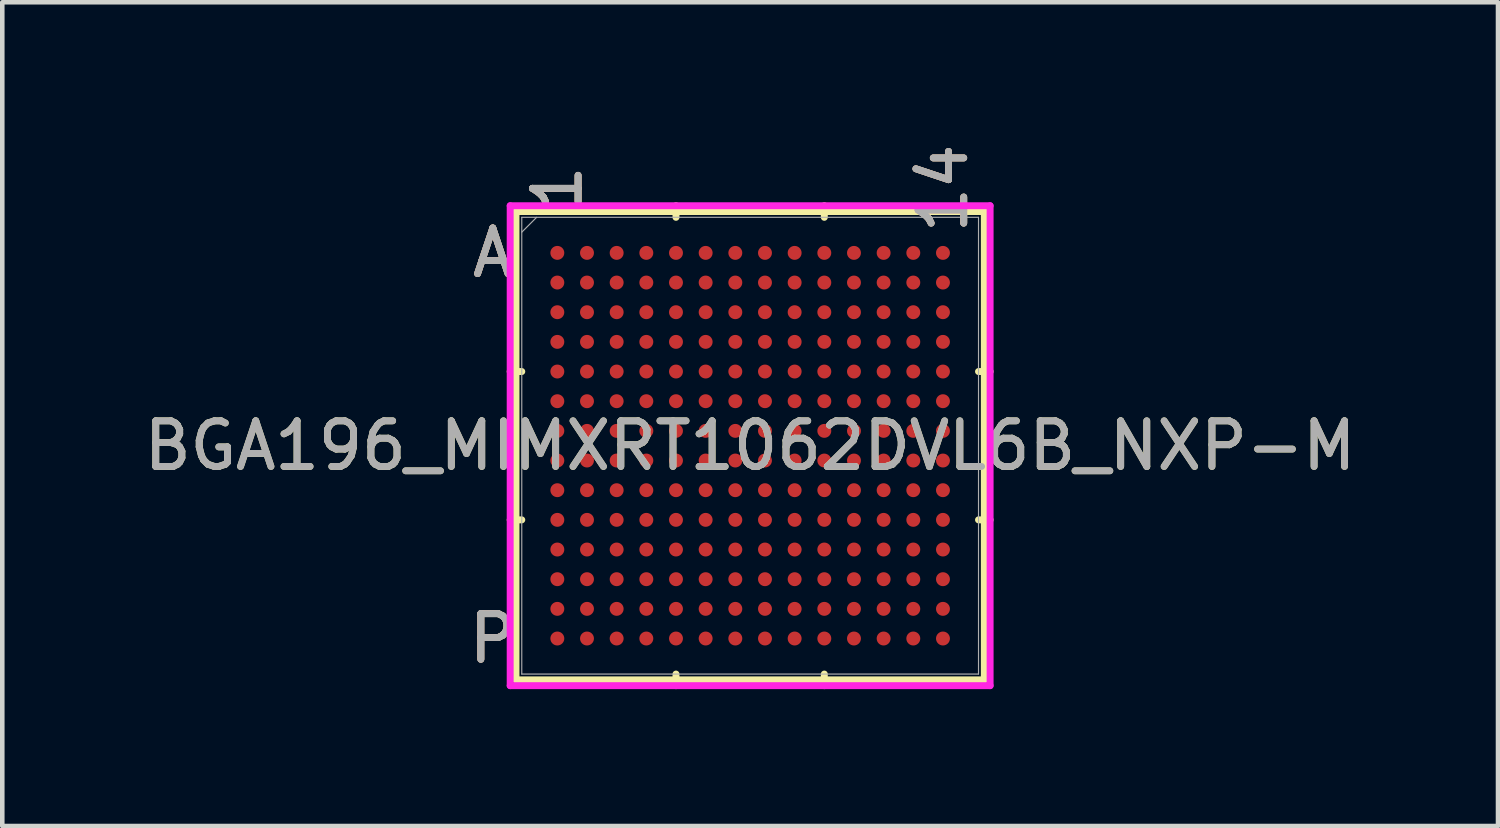
<source format=kicad_pcb>
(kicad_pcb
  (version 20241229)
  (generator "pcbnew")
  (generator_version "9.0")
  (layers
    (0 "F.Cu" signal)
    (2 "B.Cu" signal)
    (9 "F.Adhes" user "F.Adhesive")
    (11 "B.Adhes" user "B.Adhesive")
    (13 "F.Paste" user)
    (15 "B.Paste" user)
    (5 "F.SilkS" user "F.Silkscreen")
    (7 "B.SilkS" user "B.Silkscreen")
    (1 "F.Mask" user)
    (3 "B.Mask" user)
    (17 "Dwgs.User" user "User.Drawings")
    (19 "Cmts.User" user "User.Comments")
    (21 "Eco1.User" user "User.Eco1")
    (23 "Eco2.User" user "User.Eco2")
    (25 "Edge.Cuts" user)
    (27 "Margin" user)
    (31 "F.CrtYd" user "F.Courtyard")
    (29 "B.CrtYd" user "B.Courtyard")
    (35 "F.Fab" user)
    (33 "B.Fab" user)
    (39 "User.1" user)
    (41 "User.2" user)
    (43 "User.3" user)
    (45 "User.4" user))
  (footprint "BGA196_MIMXRT1062DVL6B_NXP-M"
    (layer "F.Cu")
    (at 13.387 6.716)
    (property "Reference" "BGA196_MIMXRT1062DVL6B_NXP-M" (at 0 0 0) (unlocked yes) (layer "F.SilkS") (effects (font (size 1 1) (thickness 0.15))))
    (attr smd)
    (fp_line (start -5.131 -5.131) (end -5.131 5.131) (stroke (width 0.152) (type solid)) (layer "F.SilkS"))
    (fp_line (start -5.131 5.131) (end 5.131 5.131) (stroke (width 0.152) (type solid)) (layer "F.SilkS"))
    (fp_line (start -5.004 -1.625) (end -5.258 -1.625) (stroke (width 0.152) (type solid)) (layer "F.SilkS"))
    (fp_line (start -5.004 1.625) (end -5.258 1.625) (stroke (width 0.152) (type solid)) (layer "F.SilkS"))
    (fp_line (start -1.625 -5.004) (end -1.625 -5.258) (stroke (width 0.152) (type solid)) (layer "F.SilkS"))
    (fp_line (start -1.625 5.004) (end -1.625 5.258) (stroke (width 0.152) (type solid)) (layer "F.SilkS"))
    (fp_line (start 1.625 -5.004) (end 1.625 -5.258) (stroke (width 0.152) (type solid)) (layer "F.SilkS"))
    (fp_line (start 1.625 5.004) (end 1.625 5.258) (stroke (width 0.152) (type solid)) (layer "F.SilkS"))
    (fp_line (start 5.004 -1.625) (end 5.258 -1.625) (stroke (width 0.152) (type solid)) (layer "F.SilkS"))
    (fp_line (start 5.004 1.625) (end 5.258 1.625) (stroke (width 0.152) (type solid)) (layer "F.SilkS"))
    (fp_line (start 5.131 -5.131) (end -5.131 -5.131) (stroke (width 0.152) (type solid)) (layer "F.SilkS"))
    (fp_line (start 5.131 5.131) (end 5.131 -5.131) (stroke (width 0.152) (type solid)) (layer "F.SilkS"))
    (fp_poly (pts (xy -4.995 -4.995) (xy 4.995 -4.995) (xy 4.995 4.995) (xy -4.995 4.995)) (stroke (width 0.1) (type solid)) (fill no) (layer "Eco2.User"))
    (fp_line (start -5.258 -5.258) (end 5.258 -5.258) (stroke (width 0.152) (type solid)) (layer "F.CrtYd"))
    (fp_line (start -5.258 5.258) (end -5.258 -5.258) (stroke (width 0.152) (type solid)) (layer "F.CrtYd"))
    (fp_line (start 5.258 -5.258) (end 5.258 5.258) (stroke (width 0.152) (type solid)) (layer "F.CrtYd"))
    (fp_line (start 5.258 5.258) (end -5.258 5.258) (stroke (width 0.152) (type solid)) (layer "F.CrtYd"))
    (fp_line (start -5.004 -5.004) (end -5.004 5.004) (stroke (width 0.025) (type solid)) (layer "F.Fab"))
    (fp_line (start -5.004 5.004) (end 5.004 5.004) (stroke (width 0.025) (type solid)) (layer "F.Fab"))
    (fp_line (start -4.679 -5.004) (end -5.004 -4.679) (stroke (width 0.025) (type solid)) (layer "F.Fab"))
    (fp_line (start 5.004 -5.004) (end -5.004 -5.004) (stroke (width 0.025) (type solid)) (layer "F.Fab"))
    (fp_line (start 5.004 5.004) (end 5.004 -5.004) (stroke (width 0.025) (type solid)) (layer "F.Fab"))
    (fp_text user "1" (at -4.225 -5.639 90) (unlocked yes) (layer "F.SilkS") (effects (font (size 1 1) (thickness 0.15))))
    (fp_text user "14" (at 4.225 -5.639 90) (unlocked yes) (layer "F.SilkS") (effects (font (size 1 1) (thickness 0.15))))
    (fp_text user "A" (at -5.639 -4.225 0) (unlocked yes) (layer "F.SilkS") (effects (font (size 1 1) (thickness 0.15))))
    (fp_text user "P" (at -5.639 4.225 0) (unlocked yes) (layer "F.SilkS") (effects (font (size 1 1) (thickness 0.15))))
    (fp_text user "A" (at -5.639 -4.225 0) (unlocked yes) (layer "B.SilkS") (effects (font (size 1 1) (thickness 0.15))))
    (fp_text user "P" (at -5.639 4.225 0) (unlocked yes) (layer "B.SilkS") (effects (font (size 1 1) (thickness 0.15))))
    (fp_text user "14" (at 4.225 -5.639 90) (unlocked yes) (layer "B.SilkS") (effects (font (size 1 1) (thickness 0.15))))
    (fp_text user "1" (at -4.225 -5.639 90) (unlocked yes) (layer "B.SilkS") (effects (font (size 1 1) (thickness 0.15))))
    (fp_text user "1" (at -4.225 -5.639 90) (unlocked yes) (layer "F.Fab") (effects (font (size 1 1) (thickness 0.15))))
    (fp_text user "14" (at 4.225 -5.639 90) (unlocked yes) (layer "F.Fab") (effects (font (size 1 1) (thickness 0.15))))
    (fp_text user "P" (at -5.639 4.225 0) (unlocked yes) (layer "F.Fab") (effects (font (size 1 1) (thickness 0.15))))
    (fp_text user "${REFERENCE}" (at 0 0 0) (unlocked yes) (layer "F.Fab") (effects (font (size 1 1) (thickness 0.15))))
    (fp_text user "A" (at -5.639 -4.225 0) (unlocked yes) (layer "F.Fab") (effects (font (size 1 1) (thickness 0.15))))
    (pad "A1" smd circle (at -4.225 -4.225) (size 0.305 0.305) (layers "F.Cu" "F.Mask" "F.Paste"))
    (pad "A2" smd circle (at -3.575 -4.225) (size 0.305 0.305) (layers "F.Cu" "F.Mask" "F.Paste"))
    (pad "A3" smd circle (at -2.925 -4.225) (size 0.305 0.305) (layers "F.Cu" "F.Mask" "F.Paste"))
    (pad "A4" smd circle (at -2.275 -4.225) (size 0.305 0.305) (layers "F.Cu" "F.Mask" "F.Paste"))
    (pad "A5" smd circle (at -1.625 -4.225) (size 0.305 0.305) (layers "F.Cu" "F.Mask" "F.Paste"))
    (pad "A6" smd circle (at -0.975 -4.225) (size 0.305 0.305) (layers "F.Cu" "F.Mask" "F.Paste"))
    (pad "A7" smd circle (at -0.325 -4.225) (size 0.305 0.305) (layers "F.Cu" "F.Mask" "F.Paste"))
    (pad "A8" smd circle (at 0.325 -4.225) (size 0.305 0.305) (layers "F.Cu" "F.Mask" "F.Paste"))
    (pad "A9" smd circle (at 0.975 -4.225) (size 0.305 0.305) (layers "F.Cu" "F.Mask" "F.Paste"))
    (pad "A10" smd circle (at 1.625 -4.225) (size 0.305 0.305) (layers "F.Cu" "F.Mask" "F.Paste"))
    (pad "A11" smd circle (at 2.275 -4.225) (size 0.305 0.305) (layers "F.Cu" "F.Mask" "F.Paste"))
    (pad "A12" smd circle (at 2.925 -4.225) (size 0.305 0.305) (layers "F.Cu" "F.Mask" "F.Paste"))
    (pad "A13" smd circle (at 3.575 -4.225) (size 0.305 0.305) (layers "F.Cu" "F.Mask" "F.Paste"))
    (pad "A14" smd circle (at 4.225 -4.225) (size 0.305 0.305) (layers "F.Cu" "F.Mask" "F.Paste"))
    (pad "B1" smd circle (at -4.225 -3.575) (size 0.305 0.305) (layers "F.Cu" "F.Mask" "F.Paste"))
    (pad "B2" smd circle (at -3.575 -3.575) (size 0.305 0.305) (layers "F.Cu" "F.Mask" "F.Paste"))
    (pad "B3" smd circle (at -2.925 -3.575) (size 0.305 0.305) (layers "F.Cu" "F.Mask" "F.Paste"))
    (pad "B4" smd circle (at -2.275 -3.575) (size 0.305 0.305) (layers "F.Cu" "F.Mask" "F.Paste"))
    (pad "B5" smd circle (at -1.625 -3.575) (size 0.305 0.305) (layers "F.Cu" "F.Mask" "F.Paste"))
    (pad "B6" smd circle (at -0.975 -3.575) (size 0.305 0.305) (layers "F.Cu" "F.Mask" "F.Paste"))
    (pad "B7" smd circle (at -0.325 -3.575) (size 0.305 0.305) (layers "F.Cu" "F.Mask" "F.Paste"))
    (pad "B8" smd circle (at 0.325 -3.575) (size 0.305 0.305) (layers "F.Cu" "F.Mask" "F.Paste"))
    (pad "B9" smd circle (at 0.975 -3.575) (size 0.305 0.305) (layers "F.Cu" "F.Mask" "F.Paste"))
    (pad "B10" smd circle (at 1.625 -3.575) (size 0.305 0.305) (layers "F.Cu" "F.Mask" "F.Paste"))
    (pad "B11" smd circle (at 2.275 -3.575) (size 0.305 0.305) (layers "F.Cu" "F.Mask" "F.Paste"))
    (pad "B12" smd circle (at 2.925 -3.575) (size 0.305 0.305) (layers "F.Cu" "F.Mask" "F.Paste"))
    (pad "B13" smd circle (at 3.575 -3.575) (size 0.305 0.305) (layers "F.Cu" "F.Mask" "F.Paste"))
    (pad "B14" smd circle (at 4.225 -3.575) (size 0.305 0.305) (layers "F.Cu" "F.Mask" "F.Paste"))
    (pad "C1" smd circle (at -4.225 -2.925) (size 0.305 0.305) (layers "F.Cu" "F.Mask" "F.Paste"))
    (pad "C2" smd circle (at -3.575 -2.925) (size 0.305 0.305) (layers "F.Cu" "F.Mask" "F.Paste"))
    (pad "C3" smd circle (at -2.925 -2.925) (size 0.305 0.305) (layers "F.Cu" "F.Mask" "F.Paste"))
    (pad "C4" smd circle (at -2.275 -2.925) (size 0.305 0.305) (layers "F.Cu" "F.Mask" "F.Paste"))
    (pad "C5" smd circle (at -1.625 -2.925) (size 0.305 0.305) (layers "F.Cu" "F.Mask" "F.Paste"))
    (pad "C6" smd circle (at -0.975 -2.925) (size 0.305 0.305) (layers "F.Cu" "F.Mask" "F.Paste"))
    (pad "C7" smd circle (at -0.325 -2.925) (size 0.305 0.305) (layers "F.Cu" "F.Mask" "F.Paste"))
    (pad "C8" smd circle (at 0.325 -2.925) (size 0.305 0.305) (layers "F.Cu" "F.Mask" "F.Paste"))
    (pad "C9" smd circle (at 0.975 -2.925) (size 0.305 0.305) (layers "F.Cu" "F.Mask" "F.Paste"))
    (pad "C10" smd circle (at 1.625 -2.925) (size 0.305 0.305) (layers "F.Cu" "F.Mask" "F.Paste"))
    (pad "C11" smd circle (at 2.275 -2.925) (size 0.305 0.305) (layers "F.Cu" "F.Mask" "F.Paste"))
    (pad "C12" smd circle (at 2.925 -2.925) (size 0.305 0.305) (layers "F.Cu" "F.Mask" "F.Paste"))
    (pad "C13" smd circle (at 3.575 -2.925) (size 0.305 0.305) (layers "F.Cu" "F.Mask" "F.Paste"))
    (pad "C14" smd circle (at 4.225 -2.925) (size 0.305 0.305) (layers "F.Cu" "F.Mask" "F.Paste"))
    (pad "D1" smd circle (at -4.225 -2.275) (size 0.305 0.305) (layers "F.Cu" "F.Mask" "F.Paste"))
    (pad "D2" smd circle (at -3.575 -2.275) (size 0.305 0.305) (layers "F.Cu" "F.Mask" "F.Paste"))
    (pad "D3" smd circle (at -2.925 -2.275) (size 0.305 0.305) (layers "F.Cu" "F.Mask" "F.Paste"))
    (pad "D4" smd circle (at -2.275 -2.275) (size 0.305 0.305) (layers "F.Cu" "F.Mask" "F.Paste"))
    (pad "D5" smd circle (at -1.625 -2.275) (size 0.305 0.305) (layers "F.Cu" "F.Mask" "F.Paste"))
    (pad "D6" smd circle (at -0.975 -2.275) (size 0.305 0.305) (layers "F.Cu" "F.Mask" "F.Paste"))
    (pad "D7" smd circle (at -0.325 -2.275) (size 0.305 0.305) (layers "F.Cu" "F.Mask" "F.Paste"))
    (pad "D8" smd circle (at 0.325 -2.275) (size 0.305 0.305) (layers "F.Cu" "F.Mask" "F.Paste"))
    (pad "D9" smd circle (at 0.975 -2.275) (size 0.305 0.305) (layers "F.Cu" "F.Mask" "F.Paste"))
    (pad "D10" smd circle (at 1.625 -2.275) (size 0.305 0.305) (layers "F.Cu" "F.Mask" "F.Paste"))
    (pad "D11" smd circle (at 2.275 -2.275) (size 0.305 0.305) (layers "F.Cu" "F.Mask" "F.Paste"))
    (pad "D12" smd circle (at 2.925 -2.275) (size 0.305 0.305) (layers "F.Cu" "F.Mask" "F.Paste"))
    (pad "D13" smd circle (at 3.575 -2.275) (size 0.305 0.305) (layers "F.Cu" "F.Mask" "F.Paste"))
    (pad "D14" smd circle (at 4.225 -2.275) (size 0.305 0.305) (layers "F.Cu" "F.Mask" "F.Paste"))
    (pad "E1" smd circle (at -4.225 -1.625) (size 0.305 0.305) (layers "F.Cu" "F.Mask" "F.Paste"))
    (pad "E2" smd circle (at -3.575 -1.625) (size 0.305 0.305) (layers "F.Cu" "F.Mask" "F.Paste"))
    (pad "E3" smd circle (at -2.925 -1.625) (size 0.305 0.305) (layers "F.Cu" "F.Mask" "F.Paste"))
    (pad "E4" smd circle (at -2.275 -1.625) (size 0.305 0.305) (layers "F.Cu" "F.Mask" "F.Paste"))
    (pad "E5" smd circle (at -1.625 -1.625) (size 0.305 0.305) (layers "F.Cu" "F.Mask" "F.Paste"))
    (pad "E6" smd circle (at -0.975 -1.625) (size 0.305 0.305) (layers "F.Cu" "F.Mask" "F.Paste"))
    (pad "E7" smd circle (at -0.325 -1.625) (size 0.305 0.305) (layers "F.Cu" "F.Mask" "F.Paste"))
    (pad "E8" smd circle (at 0.325 -1.625) (size 0.305 0.305) (layers "F.Cu" "F.Mask" "F.Paste"))
    (pad "E9" smd circle (at 0.975 -1.625) (size 0.305 0.305) (layers "F.Cu" "F.Mask" "F.Paste"))
    (pad "E10" smd circle (at 1.625 -1.625) (size 0.305 0.305) (layers "F.Cu" "F.Mask" "F.Paste"))
    (pad "E11" smd circle (at 2.275 -1.625) (size 0.305 0.305) (layers "F.Cu" "F.Mask" "F.Paste"))
    (pad "E12" smd circle (at 2.925 -1.625) (size 0.305 0.305) (layers "F.Cu" "F.Mask" "F.Paste"))
    (pad "E13" smd circle (at 3.575 -1.625) (size 0.305 0.305) (layers "F.Cu" "F.Mask" "F.Paste"))
    (pad "E14" smd circle (at 4.225 -1.625) (size 0.305 0.305) (layers "F.Cu" "F.Mask" "F.Paste"))
    (pad "F1" smd circle (at -4.225 -0.975) (size 0.305 0.305) (layers "F.Cu" "F.Mask" "F.Paste"))
    (pad "F2" smd circle (at -3.575 -0.975) (size 0.305 0.305) (layers "F.Cu" "F.Mask" "F.Paste"))
    (pad "F3" smd circle (at -2.925 -0.975) (size 0.305 0.305) (layers "F.Cu" "F.Mask" "F.Paste"))
    (pad "F4" smd circle (at -2.275 -0.975) (size 0.305 0.305) (layers "F.Cu" "F.Mask" "F.Paste"))
    (pad "F5" smd circle (at -1.625 -0.975) (size 0.305 0.305) (layers "F.Cu" "F.Mask" "F.Paste"))
    (pad "F6" smd circle (at -0.975 -0.975) (size 0.305 0.305) (layers "F.Cu" "F.Mask" "F.Paste"))
    (pad "F7" smd circle (at -0.325 -0.975) (size 0.305 0.305) (layers "F.Cu" "F.Mask" "F.Paste"))
    (pad "F8" smd circle (at 0.325 -0.975) (size 0.305 0.305) (layers "F.Cu" "F.Mask" "F.Paste"))
    (pad "F9" smd circle (at 0.975 -0.975) (size 0.305 0.305) (layers "F.Cu" "F.Mask" "F.Paste"))
    (pad "F10" smd circle (at 1.625 -0.975) (size 0.305 0.305) (layers "F.Cu" "F.Mask" "F.Paste"))
    (pad "F11" smd circle (at 2.275 -0.975) (size 0.305 0.305) (layers "F.Cu" "F.Mask" "F.Paste"))
    (pad "F12" smd circle (at 2.925 -0.975) (size 0.305 0.305) (layers "F.Cu" "F.Mask" "F.Paste"))
    (pad "F13" smd circle (at 3.575 -0.975) (size 0.305 0.305) (layers "F.Cu" "F.Mask" "F.Paste"))
    (pad "F14" smd circle (at 4.225 -0.975) (size 0.305 0.305) (layers "F.Cu" "F.Mask" "F.Paste"))
    (pad "G1" smd circle (at -4.225 -0.325) (size 0.305 0.305) (layers "F.Cu" "F.Mask" "F.Paste"))
    (pad "G2" smd circle (at -3.575 -0.325) (size 0.305 0.305) (layers "F.Cu" "F.Mask" "F.Paste"))
    (pad "G3" smd circle (at -2.925 -0.325) (size 0.305 0.305) (layers "F.Cu" "F.Mask" "F.Paste"))
    (pad "G4" smd circle (at -2.275 -0.325) (size 0.305 0.305) (layers "F.Cu" "F.Mask" "F.Paste"))
    (pad "G5" smd circle (at -1.625 -0.325) (size 0.305 0.305) (layers "F.Cu" "F.Mask" "F.Paste"))
    (pad "G6" smd circle (at -0.975 -0.325) (size 0.305 0.305) (layers "F.Cu" "F.Mask" "F.Paste"))
    (pad "G7" smd circle (at -0.325 -0.325) (size 0.305 0.305) (layers "F.Cu" "F.Mask" "F.Paste"))
    (pad "G8" smd circle (at 0.325 -0.325) (size 0.305 0.305) (layers "F.Cu" "F.Mask" "F.Paste"))
    (pad "G9" smd circle (at 0.975 -0.325) (size 0.305 0.305) (layers "F.Cu" "F.Mask" "F.Paste"))
    (pad "G10" smd circle (at 1.625 -0.325) (size 0.305 0.305) (layers "F.Cu" "F.Mask" "F.Paste"))
    (pad "G11" smd circle (at 2.275 -0.325) (size 0.305 0.305) (layers "F.Cu" "F.Mask" "F.Paste"))
    (pad "G12" smd circle (at 2.925 -0.325) (size 0.305 0.305) (layers "F.Cu" "F.Mask" "F.Paste"))
    (pad "G13" smd circle (at 3.575 -0.325) (size 0.305 0.305) (layers "F.Cu" "F.Mask" "F.Paste"))
    (pad "G14" smd circle (at 4.225 -0.325) (size 0.305 0.305) (layers "F.Cu" "F.Mask" "F.Paste"))
    (pad "H1" smd circle (at -4.225 0.325) (size 0.305 0.305) (layers "F.Cu" "F.Mask" "F.Paste"))
    (pad "H2" smd circle (at -3.575 0.325) (size 0.305 0.305) (layers "F.Cu" "F.Mask" "F.Paste"))
    (pad "H3" smd circle (at -2.925 0.325) (size 0.305 0.305) (layers "F.Cu" "F.Mask" "F.Paste"))
    (pad "H4" smd circle (at -2.275 0.325) (size 0.305 0.305) (layers "F.Cu" "F.Mask" "F.Paste"))
    (pad "H5" smd circle (at -1.625 0.325) (size 0.305 0.305) (layers "F.Cu" "F.Mask" "F.Paste"))
    (pad "H6" smd circle (at -0.975 0.325) (size 0.305 0.305) (layers "F.Cu" "F.Mask" "F.Paste"))
    (pad "H7" smd circle (at -0.325 0.325) (size 0.305 0.305) (layers "F.Cu" "F.Mask" "F.Paste"))
    (pad "H8" smd circle (at 0.325 0.325) (size 0.305 0.305) (layers "F.Cu" "F.Mask" "F.Paste"))
    (pad "H9" smd circle (at 0.975 0.325) (size 0.305 0.305) (layers "F.Cu" "F.Mask" "F.Paste"))
    (pad "H10" smd circle (at 1.625 0.325) (size 0.305 0.305) (layers "F.Cu" "F.Mask" "F.Paste"))
    (pad "H11" smd circle (at 2.275 0.325) (size 0.305 0.305) (layers "F.Cu" "F.Mask" "F.Paste"))
    (pad "H12" smd circle (at 2.925 0.325) (size 0.305 0.305) (layers "F.Cu" "F.Mask" "F.Paste"))
    (pad "H13" smd circle (at 3.575 0.325) (size 0.305 0.305) (layers "F.Cu" "F.Mask" "F.Paste"))
    (pad "H14" smd circle (at 4.225 0.325) (size 0.305 0.305) (layers "F.Cu" "F.Mask" "F.Paste"))
    (pad "J1" smd circle (at -4.225 0.975) (size 0.305 0.305) (layers "F.Cu" "F.Mask" "F.Paste"))
    (pad "J2" smd circle (at -3.575 0.975) (size 0.305 0.305) (layers "F.Cu" "F.Mask" "F.Paste"))
    (pad "J3" smd circle (at -2.925 0.975) (size 0.305 0.305) (layers "F.Cu" "F.Mask" "F.Paste"))
    (pad "J4" smd circle (at -2.275 0.975) (size 0.305 0.305) (layers "F.Cu" "F.Mask" "F.Paste"))
    (pad "J5" smd circle (at -1.625 0.975) (size 0.305 0.305) (layers "F.Cu" "F.Mask" "F.Paste"))
    (pad "J6" smd circle (at -0.975 0.975) (size 0.305 0.305) (layers "F.Cu" "F.Mask" "F.Paste"))
    (pad "J7" smd circle (at -0.325 0.975) (size 0.305 0.305) (layers "F.Cu" "F.Mask" "F.Paste"))
    (pad "J8" smd circle (at 0.325 0.975) (size 0.305 0.305) (layers "F.Cu" "F.Mask" "F.Paste"))
    (pad "J9" smd circle (at 0.975 0.975) (size 0.305 0.305) (layers "F.Cu" "F.Mask" "F.Paste"))
    (pad "J10" smd circle (at 1.625 0.975) (size 0.305 0.305) (layers "F.Cu" "F.Mask" "F.Paste"))
    (pad "J11" smd circle (at 2.275 0.975) (size 0.305 0.305) (layers "F.Cu" "F.Mask" "F.Paste"))
    (pad "J12" smd circle (at 2.925 0.975) (size 0.305 0.305) (layers "F.Cu" "F.Mask" "F.Paste"))
    (pad "J13" smd circle (at 3.575 0.975) (size 0.305 0.305) (layers "F.Cu" "F.Mask" "F.Paste"))
    (pad "J14" smd circle (at 4.225 0.975) (size 0.305 0.305) (layers "F.Cu" "F.Mask" "F.Paste"))
    (pad "K1" smd circle (at -4.225 1.625) (size 0.305 0.305) (layers "F.Cu" "F.Mask" "F.Paste"))
    (pad "K2" smd circle (at -3.575 1.625) (size 0.305 0.305) (layers "F.Cu" "F.Mask" "F.Paste"))
    (pad "K3" smd circle (at -2.925 1.625) (size 0.305 0.305) (layers "F.Cu" "F.Mask" "F.Paste"))
    (pad "K4" smd circle (at -2.275 1.625) (size 0.305 0.305) (layers "F.Cu" "F.Mask" "F.Paste"))
    (pad "K5" smd circle (at -1.625 1.625) (size 0.305 0.305) (layers "F.Cu" "F.Mask" "F.Paste"))
    (pad "K6" smd circle (at -0.975 1.625) (size 0.305 0.305) (layers "F.Cu" "F.Mask" "F.Paste"))
    (pad "K7" smd circle (at -0.325 1.625) (size 0.305 0.305) (layers "F.Cu" "F.Mask" "F.Paste"))
    (pad "K8" smd circle (at 0.325 1.625) (size 0.305 0.305) (layers "F.Cu" "F.Mask" "F.Paste"))
    (pad "K9" smd circle (at 0.975 1.625) (size 0.305 0.305) (layers "F.Cu" "F.Mask" "F.Paste"))
    (pad "K10" smd circle (at 1.625 1.625) (size 0.305 0.305) (layers "F.Cu" "F.Mask" "F.Paste"))
    (pad "K11" smd circle (at 2.275 1.625) (size 0.305 0.305) (layers "F.Cu" "F.Mask" "F.Paste"))
    (pad "K12" smd circle (at 2.925 1.625) (size 0.305 0.305) (layers "F.Cu" "F.Mask" "F.Paste"))
    (pad "K13" smd circle (at 3.575 1.625) (size 0.305 0.305) (layers "F.Cu" "F.Mask" "F.Paste"))
    (pad "K14" smd circle (at 4.225 1.625) (size 0.305 0.305) (layers "F.Cu" "F.Mask" "F.Paste"))
    (pad "L1" smd circle (at -4.225 2.275) (size 0.305 0.305) (layers "F.Cu" "F.Mask" "F.Paste"))
    (pad "L2" smd circle (at -3.575 2.275) (size 0.305 0.305) (layers "F.Cu" "F.Mask" "F.Paste"))
    (pad "L3" smd circle (at -2.925 2.275) (size 0.305 0.305) (layers "F.Cu" "F.Mask" "F.Paste"))
    (pad "L4" smd circle (at -2.275 2.275) (size 0.305 0.305) (layers "F.Cu" "F.Mask" "F.Paste"))
    (pad "L5" smd circle (at -1.625 2.275) (size 0.305 0.305) (layers "F.Cu" "F.Mask" "F.Paste"))
    (pad "L6" smd circle (at -0.975 2.275) (size 0.305 0.305) (layers "F.Cu" "F.Mask" "F.Paste"))
    (pad "L7" smd circle (at -0.325 2.275) (size 0.305 0.305) (layers "F.Cu" "F.Mask" "F.Paste"))
    (pad "L8" smd circle (at 0.325 2.275) (size 0.305 0.305) (layers "F.Cu" "F.Mask" "F.Paste"))
    (pad "L9" smd circle (at 0.975 2.275) (size 0.305 0.305) (layers "F.Cu" "F.Mask" "F.Paste"))
    (pad "L10" smd circle (at 1.625 2.275) (size 0.305 0.305) (layers "F.Cu" "F.Mask" "F.Paste"))
    (pad "L11" smd circle (at 2.275 2.275) (size 0.305 0.305) (layers "F.Cu" "F.Mask" "F.Paste"))
    (pad "L12" smd circle (at 2.925 2.275) (size 0.305 0.305) (layers "F.Cu" "F.Mask" "F.Paste"))
    (pad "L13" smd circle (at 3.575 2.275) (size 0.305 0.305) (layers "F.Cu" "F.Mask" "F.Paste"))
    (pad "L14" smd circle (at 4.225 2.275) (size 0.305 0.305) (layers "F.Cu" "F.Mask" "F.Paste"))
    (pad "M1" smd circle (at -4.225 2.925) (size 0.305 0.305) (layers "F.Cu" "F.Mask" "F.Paste"))
    (pad "M2" smd circle (at -3.575 2.925) (size 0.305 0.305) (layers "F.Cu" "F.Mask" "F.Paste"))
    (pad "M3" smd circle (at -2.925 2.925) (size 0.305 0.305) (layers "F.Cu" "F.Mask" "F.Paste"))
    (pad "M4" smd circle (at -2.275 2.925) (size 0.305 0.305) (layers "F.Cu" "F.Mask" "F.Paste"))
    (pad "M5" smd circle (at -1.625 2.925) (size 0.305 0.305) (layers "F.Cu" "F.Mask" "F.Paste"))
    (pad "M6" smd circle (at -0.975 2.925) (size 0.305 0.305) (layers "F.Cu" "F.Mask" "F.Paste"))
    (pad "M7" smd circle (at -0.325 2.925) (size 0.305 0.305) (layers "F.Cu" "F.Mask" "F.Paste"))
    (pad "M8" smd circle (at 0.325 2.925) (size 0.305 0.305) (layers "F.Cu" "F.Mask" "F.Paste"))
    (pad "M9" smd circle (at 0.975 2.925) (size 0.305 0.305) (layers "F.Cu" "F.Mask" "F.Paste"))
    (pad "M10" smd circle (at 1.625 2.925) (size 0.305 0.305) (layers "F.Cu" "F.Mask" "F.Paste"))
    (pad "M11" smd circle (at 2.275 2.925) (size 0.305 0.305) (layers "F.Cu" "F.Mask" "F.Paste"))
    (pad "M12" smd circle (at 2.925 2.925) (size 0.305 0.305) (layers "F.Cu" "F.Mask" "F.Paste"))
    (pad "M13" smd circle (at 3.575 2.925) (size 0.305 0.305) (layers "F.Cu" "F.Mask" "F.Paste"))
    (pad "M14" smd circle (at 4.225 2.925) (size 0.305 0.305) (layers "F.Cu" "F.Mask" "F.Paste"))
    (pad "N1" smd circle (at -4.225 3.575) (size 0.305 0.305) (layers "F.Cu" "F.Mask" "F.Paste"))
    (pad "N2" smd circle (at -3.575 3.575) (size 0.305 0.305) (layers "F.Cu" "F.Mask" "F.Paste"))
    (pad "N3" smd circle (at -2.925 3.575) (size 0.305 0.305) (layers "F.Cu" "F.Mask" "F.Paste"))
    (pad "N4" smd circle (at -2.275 3.575) (size 0.305 0.305) (layers "F.Cu" "F.Mask" "F.Paste"))
    (pad "N5" smd circle (at -1.625 3.575) (size 0.305 0.305) (layers "F.Cu" "F.Mask" "F.Paste"))
    (pad "N6" smd circle (at -0.975 3.575) (size 0.305 0.305) (layers "F.Cu" "F.Mask" "F.Paste"))
    (pad "N7" smd circle (at -0.325 3.575) (size 0.305 0.305) (layers "F.Cu" "F.Mask" "F.Paste"))
    (pad "N8" smd circle (at 0.325 3.575) (size 0.305 0.305) (layers "F.Cu" "F.Mask" "F.Paste"))
    (pad "N9" smd circle (at 0.975 3.575) (size 0.305 0.305) (layers "F.Cu" "F.Mask" "F.Paste"))
    (pad "N10" smd circle (at 1.625 3.575) (size 0.305 0.305) (layers "F.Cu" "F.Mask" "F.Paste"))
    (pad "N11" smd circle (at 2.275 3.575) (size 0.305 0.305) (layers "F.Cu" "F.Mask" "F.Paste"))
    (pad "N12" smd circle (at 2.925 3.575) (size 0.305 0.305) (layers "F.Cu" "F.Mask" "F.Paste"))
    (pad "N13" smd circle (at 3.575 3.575) (size 0.305 0.305) (layers "F.Cu" "F.Mask" "F.Paste"))
    (pad "N14" smd circle (at 4.225 3.575) (size 0.305 0.305) (layers "F.Cu" "F.Mask" "F.Paste"))
    (pad "P1" smd circle (at -4.225 4.225) (size 0.305 0.305) (layers "F.Cu" "F.Mask" "F.Paste"))
    (pad "P2" smd circle (at -3.575 4.225) (size 0.305 0.305) (layers "F.Cu" "F.Mask" "F.Paste"))
    (pad "P3" smd circle (at -2.925 4.225) (size 0.305 0.305) (layers "F.Cu" "F.Mask" "F.Paste"))
    (pad "P4" smd circle (at -2.275 4.225) (size 0.305 0.305) (layers "F.Cu" "F.Mask" "F.Paste"))
    (pad "P5" smd circle (at -1.625 4.225) (size 0.305 0.305) (layers "F.Cu" "F.Mask" "F.Paste"))
    (pad "P6" smd circle (at -0.975 4.225) (size 0.305 0.305) (layers "F.Cu" "F.Mask" "F.Paste"))
    (pad "P7" smd circle (at -0.325 4.225) (size 0.305 0.305) (layers "F.Cu" "F.Mask" "F.Paste"))
    (pad "P8" smd circle (at 0.325 4.225) (size 0.305 0.305) (layers "F.Cu" "F.Mask" "F.Paste"))
    (pad "P9" smd circle (at 0.975 4.225) (size 0.305 0.305) (layers "F.Cu" "F.Mask" "F.Paste"))
    (pad "P10" smd circle (at 1.625 4.225) (size 0.305 0.305) (layers "F.Cu" "F.Mask" "F.Paste"))
    (pad "P11" smd circle (at 2.275 4.225) (size 0.305 0.305) (layers "F.Cu" "F.Mask" "F.Paste"))
    (pad "P12" smd circle (at 2.925 4.225) (size 0.305 0.305) (layers "F.Cu" "F.Mask" "F.Paste"))
    (pad "P13" smd circle (at 3.575 4.225) (size 0.305 0.305) (layers "F.Cu" "F.Mask" "F.Paste"))
    (pad "P14" smd circle (at 4.225 4.225) (size 0.305 0.305) (layers "F.Cu" "F.Mask" "F.Paste")))
  (gr_rect
    (start -3 -3)
    (end 29.774 15.05)
    (stroke (width 0.1) (type default))
    (fill no)
    (layer "Edge.Cuts")))
</source>
